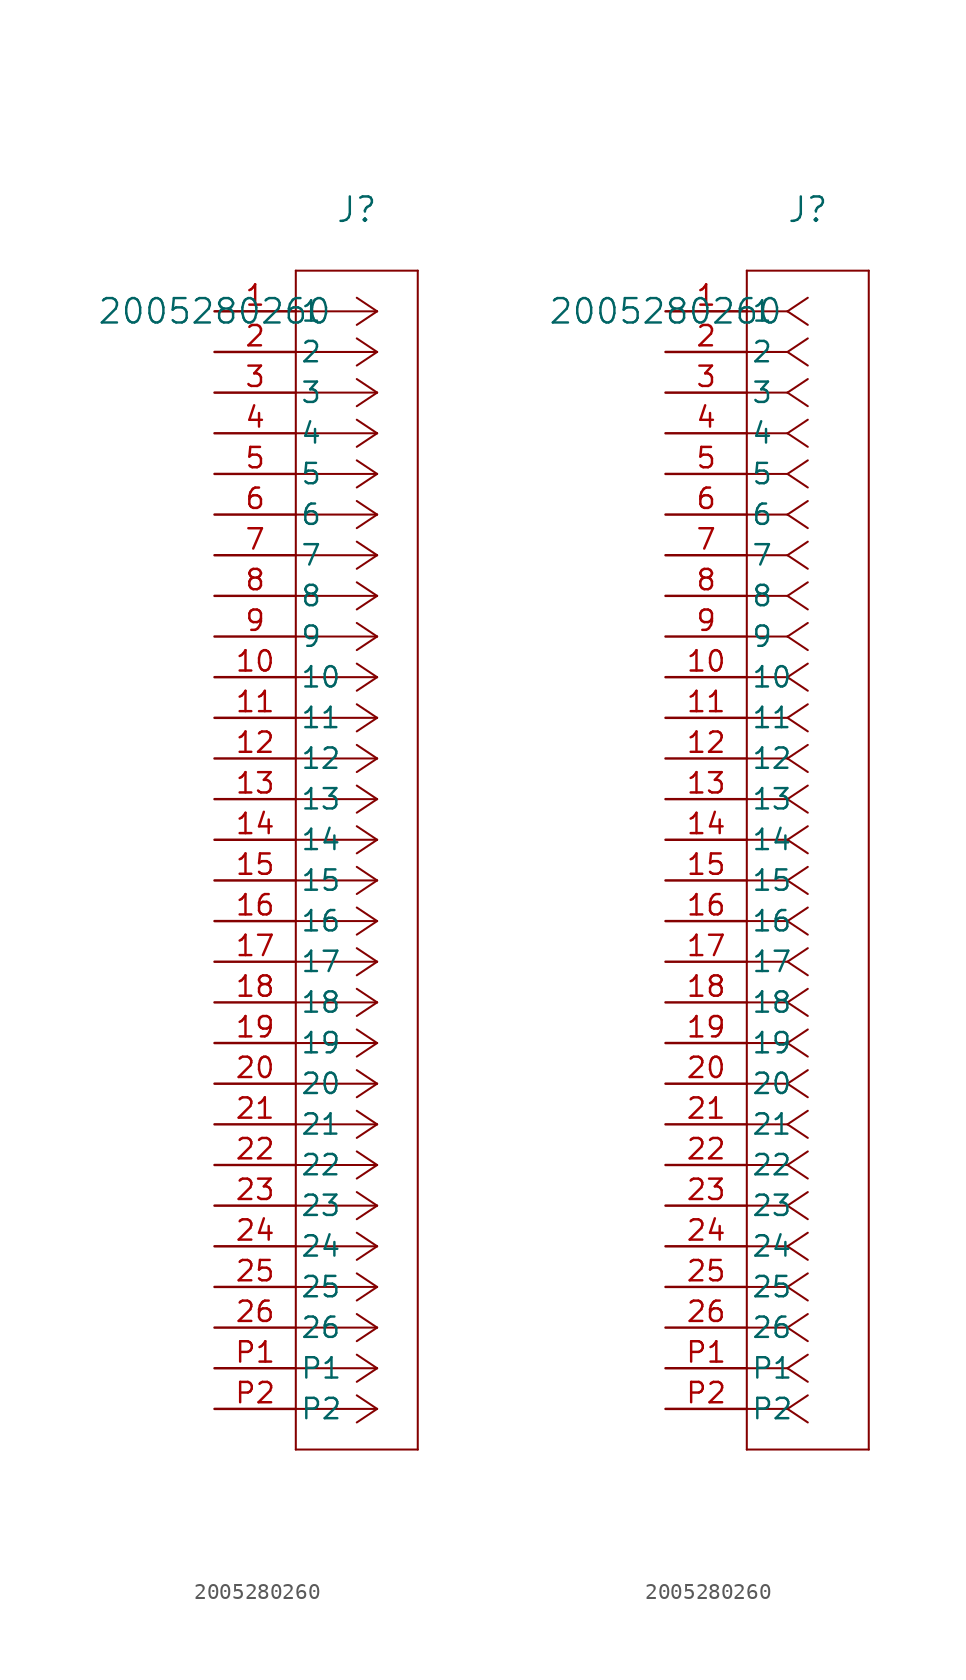
<source format=kicad_sym>
(kicad_symbol_lib
  (version 20231120)
  (generator "kicad_symbol_editor")
  (generator_version "8.0")
  (symbol "2005280260"
    (pin_names
      (offset 0.254))
    (property "Reference" "J"
      (at 8.89 6.35 0)
      (effects (font (size 1.524 1.524))))
    (property "Value" "2005280260"
      (at 0 0 0)
      (effects (font (size 1.524 1.524))))
    (property "ki_locked" ""
      (at 0 0 0)
      (effects (font (size 1.27 1.27))))
    (symbol "2005280260_1_1"
      (polyline (pts (xy 5.08 -71.12) (xy 12.7 -71.12)) (stroke (width 0.127) (type default)) (fill (type none)))
      (polyline (pts (xy 5.08 2.54) (xy 5.08 -71.12)) (stroke (width 0.127) (type default)) (fill (type none)))
      (polyline (pts (xy 10.16 -68.58) (xy 5.08 -68.58)) (stroke (width 0.127) (type default)) (fill (type none)))
      (polyline (pts (xy 10.16 -68.58) (xy 8.89 -69.427)) (stroke (width 0.127) (type default)) (fill (type none)))
      (polyline (pts (xy 10.16 -68.58) (xy 8.89 -67.733)) (stroke (width 0.127) (type default)) (fill (type none)))
      (polyline (pts (xy 10.16 -66.04) (xy 5.08 -66.04)) (stroke (width 0.127) (type default)) (fill (type none)))
      (polyline (pts (xy 10.16 -66.04) (xy 8.89 -66.887)) (stroke (width 0.127) (type default)) (fill (type none)))
      (polyline (pts (xy 10.16 -66.04) (xy 8.89 -65.193)) (stroke (width 0.127) (type default)) (fill (type none)))
      (polyline (pts (xy 10.16 -63.5) (xy 5.08 -63.5)) (stroke (width 0.127) (type default)) (fill (type none)))
      (polyline (pts (xy 10.16 -63.5) (xy 8.89 -64.347)) (stroke (width 0.127) (type default)) (fill (type none)))
      (polyline (pts (xy 10.16 -63.5) (xy 8.89 -62.653)) (stroke (width 0.127) (type default)) (fill (type none)))
      (polyline (pts (xy 10.16 -60.96) (xy 5.08 -60.96)) (stroke (width 0.127) (type default)) (fill (type none)))
      (polyline (pts (xy 10.16 -60.96) (xy 8.89 -61.807)) (stroke (width 0.127) (type default)) (fill (type none)))
      (polyline (pts (xy 10.16 -60.96) (xy 8.89 -60.113)) (stroke (width 0.127) (type default)) (fill (type none)))
      (polyline (pts (xy 10.16 -58.42) (xy 5.08 -58.42)) (stroke (width 0.127) (type default)) (fill (type none)))
      (polyline (pts (xy 10.16 -58.42) (xy 8.89 -59.267)) (stroke (width 0.127) (type default)) (fill (type none)))
      (polyline (pts (xy 10.16 -58.42) (xy 8.89 -57.573)) (stroke (width 0.127) (type default)) (fill (type none)))
      (polyline (pts (xy 10.16 -55.88) (xy 5.08 -55.88)) (stroke (width 0.127) (type default)) (fill (type none)))
      (polyline (pts (xy 10.16 -55.88) (xy 8.89 -56.727)) (stroke (width 0.127) (type default)) (fill (type none)))
      (polyline (pts (xy 10.16 -55.88) (xy 8.89 -55.033)) (stroke (width 0.127) (type default)) (fill (type none)))
      (polyline (pts (xy 10.16 -53.34) (xy 5.08 -53.34)) (stroke (width 0.127) (type default)) (fill (type none)))
      (polyline (pts (xy 10.16 -53.34) (xy 8.89 -54.187)) (stroke (width 0.127) (type default)) (fill (type none)))
      (polyline (pts (xy 10.16 -53.34) (xy 8.89 -52.493)) (stroke (width 0.127) (type default)) (fill (type none)))
      (polyline (pts (xy 10.16 -50.8) (xy 5.08 -50.8)) (stroke (width 0.127) (type default)) (fill (type none)))
      (polyline (pts (xy 10.16 -50.8) (xy 8.89 -51.647)) (stroke (width 0.127) (type default)) (fill (type none)))
      (polyline (pts (xy 10.16 -50.8) (xy 8.89 -49.953)) (stroke (width 0.127) (type default)) (fill (type none)))
      (polyline (pts (xy 10.16 -48.26) (xy 5.08 -48.26)) (stroke (width 0.127) (type default)) (fill (type none)))
      (polyline (pts (xy 10.16 -48.26) (xy 8.89 -49.107)) (stroke (width 0.127) (type default)) (fill (type none)))
      (polyline (pts (xy 10.16 -48.26) (xy 8.89 -47.413)) (stroke (width 0.127) (type default)) (fill (type none)))
      (polyline (pts (xy 10.16 -45.72) (xy 5.08 -45.72)) (stroke (width 0.127) (type default)) (fill (type none)))
      (polyline (pts (xy 10.16 -45.72) (xy 8.89 -46.567)) (stroke (width 0.127) (type default)) (fill (type none)))
      (polyline (pts (xy 10.16 -45.72) (xy 8.89 -44.873)) (stroke (width 0.127) (type default)) (fill (type none)))
      (polyline (pts (xy 10.16 -43.18) (xy 5.08 -43.18)) (stroke (width 0.127) (type default)) (fill (type none)))
      (polyline (pts (xy 10.16 -43.18) (xy 8.89 -44.027)) (stroke (width 0.127) (type default)) (fill (type none)))
      (polyline (pts (xy 10.16 -43.18) (xy 8.89 -42.333)) (stroke (width 0.127) (type default)) (fill (type none)))
      (polyline (pts (xy 10.16 -40.64) (xy 5.08 -40.64)) (stroke (width 0.127) (type default)) (fill (type none)))
      (polyline (pts (xy 10.16 -40.64) (xy 8.89 -41.487)) (stroke (width 0.127) (type default)) (fill (type none)))
      (polyline (pts (xy 10.16 -40.64) (xy 8.89 -39.793)) (stroke (width 0.127) (type default)) (fill (type none)))
      (polyline (pts (xy 10.16 -38.1) (xy 5.08 -38.1)) (stroke (width 0.127) (type default)) (fill (type none)))
      (polyline (pts (xy 10.16 -38.1) (xy 8.89 -38.947)) (stroke (width 0.127) (type default)) (fill (type none)))
      (polyline (pts (xy 10.16 -38.1) (xy 8.89 -37.253)) (stroke (width 0.127) (type default)) (fill (type none)))
      (polyline (pts (xy 10.16 -35.56) (xy 5.08 -35.56)) (stroke (width 0.127) (type default)) (fill (type none)))
      (polyline (pts (xy 10.16 -35.56) (xy 8.89 -36.407)) (stroke (width 0.127) (type default)) (fill (type none)))
      (polyline (pts (xy 10.16 -35.56) (xy 8.89 -34.713)) (stroke (width 0.127) (type default)) (fill (type none)))
      (polyline (pts (xy 10.16 -33.02) (xy 5.08 -33.02)) (stroke (width 0.127) (type default)) (fill (type none)))
      (polyline (pts (xy 10.16 -33.02) (xy 8.89 -33.867)) (stroke (width 0.127) (type default)) (fill (type none)))
      (polyline (pts (xy 10.16 -33.02) (xy 8.89 -32.173)) (stroke (width 0.127) (type default)) (fill (type none)))
      (polyline (pts (xy 10.16 -30.48) (xy 5.08 -30.48)) (stroke (width 0.127) (type default)) (fill (type none)))
      (polyline (pts (xy 10.16 -30.48) (xy 8.89 -31.327)) (stroke (width 0.127) (type default)) (fill (type none)))
      (polyline (pts (xy 10.16 -30.48) (xy 8.89 -29.633)) (stroke (width 0.127) (type default)) (fill (type none)))
      (polyline (pts (xy 10.16 -27.94) (xy 5.08 -27.94)) (stroke (width 0.127) (type default)) (fill (type none)))
      (polyline (pts (xy 10.16 -27.94) (xy 8.89 -28.787)) (stroke (width 0.127) (type default)) (fill (type none)))
      (polyline (pts (xy 10.16 -27.94) (xy 8.89 -27.093)) (stroke (width 0.127) (type default)) (fill (type none)))
      (polyline (pts (xy 10.16 -25.4) (xy 5.08 -25.4)) (stroke (width 0.127) (type default)) (fill (type none)))
      (polyline (pts (xy 10.16 -25.4) (xy 8.89 -26.247)) (stroke (width 0.127) (type default)) (fill (type none)))
      (polyline (pts (xy 10.16 -25.4) (xy 8.89 -24.553)) (stroke (width 0.127) (type default)) (fill (type none)))
      (polyline (pts (xy 10.16 -22.86) (xy 5.08 -22.86)) (stroke (width 0.127) (type default)) (fill (type none)))
      (polyline (pts (xy 10.16 -22.86) (xy 8.89 -23.707)) (stroke (width 0.127) (type default)) (fill (type none)))
      (polyline (pts (xy 10.16 -22.86) (xy 8.89 -22.013)) (stroke (width 0.127) (type default)) (fill (type none)))
      (polyline (pts (xy 10.16 -20.32) (xy 5.08 -20.32)) (stroke (width 0.127) (type default)) (fill (type none)))
      (polyline (pts (xy 10.16 -20.32) (xy 8.89 -21.167)) (stroke (width 0.127) (type default)) (fill (type none)))
      (polyline (pts (xy 10.16 -20.32) (xy 8.89 -19.473)) (stroke (width 0.127) (type default)) (fill (type none)))
      (polyline (pts (xy 10.16 -17.78) (xy 5.08 -17.78)) (stroke (width 0.127) (type default)) (fill (type none)))
      (polyline (pts (xy 10.16 -17.78) (xy 8.89 -18.627)) (stroke (width 0.127) (type default)) (fill (type none)))
      (polyline (pts (xy 10.16 -17.78) (xy 8.89 -16.933)) (stroke (width 0.127) (type default)) (fill (type none)))
      (polyline (pts (xy 10.16 -15.24) (xy 5.08 -15.24)) (stroke (width 0.127) (type default)) (fill (type none)))
      (polyline (pts (xy 10.16 -15.24) (xy 8.89 -16.087)) (stroke (width 0.127) (type default)) (fill (type none)))
      (polyline (pts (xy 10.16 -15.24) (xy 8.89 -14.393)) (stroke (width 0.127) (type default)) (fill (type none)))
      (polyline (pts (xy 10.16 -12.7) (xy 5.08 -12.7)) (stroke (width 0.127) (type default)) (fill (type none)))
      (polyline (pts (xy 10.16 -12.7) (xy 8.89 -13.547)) (stroke (width 0.127) (type default)) (fill (type none)))
      (polyline (pts (xy 10.16 -12.7) (xy 8.89 -11.853)) (stroke (width 0.127) (type default)) (fill (type none)))
      (polyline (pts (xy 10.16 -10.16) (xy 5.08 -10.16)) (stroke (width 0.127) (type default)) (fill (type none)))
      (polyline (pts (xy 10.16 -10.16) (xy 8.89 -11.007)) (stroke (width 0.127) (type default)) (fill (type none)))
      (polyline (pts (xy 10.16 -10.16) (xy 8.89 -9.313)) (stroke (width 0.127) (type default)) (fill (type none)))
      (polyline (pts (xy 10.16 -7.62) (xy 5.08 -7.62)) (stroke (width 0.127) (type default)) (fill (type none)))
      (polyline (pts (xy 10.16 -7.62) (xy 8.89 -8.467)) (stroke (width 0.127) (type default)) (fill (type none)))
      (polyline (pts (xy 10.16 -7.62) (xy 8.89 -6.773)) (stroke (width 0.127) (type default)) (fill (type none)))
      (polyline (pts (xy 10.16 -5.08) (xy 5.08 -5.08)) (stroke (width 0.127) (type default)) (fill (type none)))
      (polyline (pts (xy 10.16 -5.08) (xy 8.89 -5.927)) (stroke (width 0.127) (type default)) (fill (type none)))
      (polyline (pts (xy 10.16 -5.08) (xy 8.89 -4.233)) (stroke (width 0.127) (type default)) (fill (type none)))
      (polyline (pts (xy 10.16 -2.54) (xy 5.08 -2.54)) (stroke (width 0.127) (type default)) (fill (type none)))
      (polyline (pts (xy 10.16 -2.54) (xy 8.89 -3.387)) (stroke (width 0.127) (type default)) (fill (type none)))
      (polyline (pts (xy 10.16 -2.54) (xy 8.89 -1.693)) (stroke (width 0.127) (type default)) (fill (type none)))
      (polyline (pts (xy 10.16 0) (xy 5.08 0)) (stroke (width 0.127) (type default)) (fill (type none)))
      (polyline (pts (xy 10.16 0) (xy 8.89 -0.847)) (stroke (width 0.127) (type default)) (fill (type none)))
      (polyline (pts (xy 10.16 0) (xy 8.89 0.847)) (stroke (width 0.127) (type default)) (fill (type none)))
      (polyline (pts (xy 12.7 -71.12) (xy 12.7 2.54)) (stroke (width 0.127) (type default)) (fill (type none)))
      (polyline (pts (xy 12.7 2.54) (xy 5.08 2.54)) (stroke (width 0.127) (type default)) (fill (type none)))
      (pin unspecified line (at 0 0 0) (length 5.08) (name "1" (effects (font (size 1.27 1.27)))) (number "1" (effects (font (size 1.27 1.27)))))
      (pin unspecified line (at 0 -22.86 0) (length 5.08) (name "10" (effects (font (size 1.27 1.27)))) (number "10" (effects (font (size 1.27 1.27)))))
      (pin unspecified line (at 0 -25.4 0) (length 5.08) (name "11" (effects (font (size 1.27 1.27)))) (number "11" (effects (font (size 1.27 1.27)))))
      (pin unspecified line (at 0 -27.94 0) (length 5.08) (name "12" (effects (font (size 1.27 1.27)))) (number "12" (effects (font (size 1.27 1.27)))))
      (pin unspecified line (at 0 -30.48 0) (length 5.08) (name "13" (effects (font (size 1.27 1.27)))) (number "13" (effects (font (size 1.27 1.27)))))
      (pin unspecified line (at 0 -33.02 0) (length 5.08) (name "14" (effects (font (size 1.27 1.27)))) (number "14" (effects (font (size 1.27 1.27)))))
      (pin unspecified line (at 0 -35.56 0) (length 5.08) (name "15" (effects (font (size 1.27 1.27)))) (number "15" (effects (font (size 1.27 1.27)))))
      (pin unspecified line (at 0 -38.1 0) (length 5.08) (name "16" (effects (font (size 1.27 1.27)))) (number "16" (effects (font (size 1.27 1.27)))))
      (pin unspecified line (at 0 -40.64 0) (length 5.08) (name "17" (effects (font (size 1.27 1.27)))) (number "17" (effects (font (size 1.27 1.27)))))
      (pin unspecified line (at 0 -43.18 0) (length 5.08) (name "18" (effects (font (size 1.27 1.27)))) (number "18" (effects (font (size 1.27 1.27)))))
      (pin unspecified line (at 0 -45.72 0) (length 5.08) (name "19" (effects (font (size 1.27 1.27)))) (number "19" (effects (font (size 1.27 1.27)))))
      (pin unspecified line (at 0 -2.54 0) (length 5.08) (name "2" (effects (font (size 1.27 1.27)))) (number "2" (effects (font (size 1.27 1.27)))))
      (pin unspecified line (at 0 -48.26 0) (length 5.08) (name "20" (effects (font (size 1.27 1.27)))) (number "20" (effects (font (size 1.27 1.27)))))
      (pin unspecified line (at 0 -50.8 0) (length 5.08) (name "21" (effects (font (size 1.27 1.27)))) (number "21" (effects (font (size 1.27 1.27)))))
      (pin unspecified line (at 0 -53.34 0) (length 5.08) (name "22" (effects (font (size 1.27 1.27)))) (number "22" (effects (font (size 1.27 1.27)))))
      (pin unspecified line (at 0 -55.88 0) (length 5.08) (name "23" (effects (font (size 1.27 1.27)))) (number "23" (effects (font (size 1.27 1.27)))))
      (pin unspecified line (at 0 -58.42 0) (length 5.08) (name "24" (effects (font (size 1.27 1.27)))) (number "24" (effects (font (size 1.27 1.27)))))
      (pin unspecified line (at 0 -60.96 0) (length 5.08) (name "25" (effects (font (size 1.27 1.27)))) (number "25" (effects (font (size 1.27 1.27)))))
      (pin unspecified line (at 0 -63.5 0) (length 5.08) (name "26" (effects (font (size 1.27 1.27)))) (number "26" (effects (font (size 1.27 1.27)))))
      (pin unspecified line (at 0 -5.08 0) (length 5.08) (name "3" (effects (font (size 1.27 1.27)))) (number "3" (effects (font (size 1.27 1.27)))))
      (pin unspecified line (at 0 -7.62 0) (length 5.08) (name "4" (effects (font (size 1.27 1.27)))) (number "4" (effects (font (size 1.27 1.27)))))
      (pin unspecified line (at 0 -10.16 0) (length 5.08) (name "5" (effects (font (size 1.27 1.27)))) (number "5" (effects (font (size 1.27 1.27)))))
      (pin unspecified line (at 0 -12.7 0) (length 5.08) (name "6" (effects (font (size 1.27 1.27)))) (number "6" (effects (font (size 1.27 1.27)))))
      (pin unspecified line (at 0 -15.24 0) (length 5.08) (name "7" (effects (font (size 1.27 1.27)))) (number "7" (effects (font (size 1.27 1.27)))))
      (pin unspecified line (at 0 -17.78 0) (length 5.08) (name "8" (effects (font (size 1.27 1.27)))) (number "8" (effects (font (size 1.27 1.27)))))
      (pin unspecified line (at 0 -20.32 0) (length 5.08) (name "9" (effects (font (size 1.27 1.27)))) (number "9" (effects (font (size 1.27 1.27)))))
      (pin unspecified line (at 0 -66.04 0) (length 5.08) (name "P1" (effects (font (size 1.27 1.27)))) (number "P1" (effects (font (size 1.27 1.27)))))
      (pin unspecified line (at 0 -68.58 0) (length 5.08) (name "P2" (effects (font (size 1.27 1.27)))) (number "P2" (effects (font (size 1.27 1.27))))))
    (symbol "2005280260_1_2"
      (polyline (pts (xy 5.08 -71.12) (xy 12.7 -71.12)) (stroke (width 0.127) (type default)) (fill (type none)))
      (polyline (pts (xy 5.08 2.54) (xy 5.08 -71.12)) (stroke (width 0.127) (type default)) (fill (type none)))
      (polyline (pts (xy 7.62 -68.58) (xy 5.08 -68.58)) (stroke (width 0.127) (type default)) (fill (type none)))
      (polyline (pts (xy 7.62 -68.58) (xy 8.89 -69.427)) (stroke (width 0.127) (type default)) (fill (type none)))
      (polyline (pts (xy 7.62 -68.58) (xy 8.89 -67.733)) (stroke (width 0.127) (type default)) (fill (type none)))
      (polyline (pts (xy 7.62 -66.04) (xy 5.08 -66.04)) (stroke (width 0.127) (type default)) (fill (type none)))
      (polyline (pts (xy 7.62 -66.04) (xy 8.89 -66.887)) (stroke (width 0.127) (type default)) (fill (type none)))
      (polyline (pts (xy 7.62 -66.04) (xy 8.89 -65.193)) (stroke (width 0.127) (type default)) (fill (type none)))
      (polyline (pts (xy 7.62 -63.5) (xy 5.08 -63.5)) (stroke (width 0.127) (type default)) (fill (type none)))
      (polyline (pts (xy 7.62 -63.5) (xy 8.89 -64.347)) (stroke (width 0.127) (type default)) (fill (type none)))
      (polyline (pts (xy 7.62 -63.5) (xy 8.89 -62.653)) (stroke (width 0.127) (type default)) (fill (type none)))
      (polyline (pts (xy 7.62 -60.96) (xy 5.08 -60.96)) (stroke (width 0.127) (type default)) (fill (type none)))
      (polyline (pts (xy 7.62 -60.96) (xy 8.89 -61.807)) (stroke (width 0.127) (type default)) (fill (type none)))
      (polyline (pts (xy 7.62 -60.96) (xy 8.89 -60.113)) (stroke (width 0.127) (type default)) (fill (type none)))
      (polyline (pts (xy 7.62 -58.42) (xy 5.08 -58.42)) (stroke (width 0.127) (type default)) (fill (type none)))
      (polyline (pts (xy 7.62 -58.42) (xy 8.89 -59.267)) (stroke (width 0.127) (type default)) (fill (type none)))
      (polyline (pts (xy 7.62 -58.42) (xy 8.89 -57.573)) (stroke (width 0.127) (type default)) (fill (type none)))
      (polyline (pts (xy 7.62 -55.88) (xy 5.08 -55.88)) (stroke (width 0.127) (type default)) (fill (type none)))
      (polyline (pts (xy 7.62 -55.88) (xy 8.89 -56.727)) (stroke (width 0.127) (type default)) (fill (type none)))
      (polyline (pts (xy 7.62 -55.88) (xy 8.89 -55.033)) (stroke (width 0.127) (type default)) (fill (type none)))
      (polyline (pts (xy 7.62 -53.34) (xy 5.08 -53.34)) (stroke (width 0.127) (type default)) (fill (type none)))
      (polyline (pts (xy 7.62 -53.34) (xy 8.89 -54.187)) (stroke (width 0.127) (type default)) (fill (type none)))
      (polyline (pts (xy 7.62 -53.34) (xy 8.89 -52.493)) (stroke (width 0.127) (type default)) (fill (type none)))
      (polyline (pts (xy 7.62 -50.8) (xy 5.08 -50.8)) (stroke (width 0.127) (type default)) (fill (type none)))
      (polyline (pts (xy 7.62 -50.8) (xy 8.89 -51.647)) (stroke (width 0.127) (type default)) (fill (type none)))
      (polyline (pts (xy 7.62 -50.8) (xy 8.89 -49.953)) (stroke (width 0.127) (type default)) (fill (type none)))
      (polyline (pts (xy 7.62 -48.26) (xy 5.08 -48.26)) (stroke (width 0.127) (type default)) (fill (type none)))
      (polyline (pts (xy 7.62 -48.26) (xy 8.89 -49.107)) (stroke (width 0.127) (type default)) (fill (type none)))
      (polyline (pts (xy 7.62 -48.26) (xy 8.89 -47.413)) (stroke (width 0.127) (type default)) (fill (type none)))
      (polyline (pts (xy 7.62 -45.72) (xy 5.08 -45.72)) (stroke (width 0.127) (type default)) (fill (type none)))
      (polyline (pts (xy 7.62 -45.72) (xy 8.89 -46.567)) (stroke (width 0.127) (type default)) (fill (type none)))
      (polyline (pts (xy 7.62 -45.72) (xy 8.89 -44.873)) (stroke (width 0.127) (type default)) (fill (type none)))
      (polyline (pts (xy 7.62 -43.18) (xy 5.08 -43.18)) (stroke (width 0.127) (type default)) (fill (type none)))
      (polyline (pts (xy 7.62 -43.18) (xy 8.89 -44.027)) (stroke (width 0.127) (type default)) (fill (type none)))
      (polyline (pts (xy 7.62 -43.18) (xy 8.89 -42.333)) (stroke (width 0.127) (type default)) (fill (type none)))
      (polyline (pts (xy 7.62 -40.64) (xy 5.08 -40.64)) (stroke (width 0.127) (type default)) (fill (type none)))
      (polyline (pts (xy 7.62 -40.64) (xy 8.89 -41.487)) (stroke (width 0.127) (type default)) (fill (type none)))
      (polyline (pts (xy 7.62 -40.64) (xy 8.89 -39.793)) (stroke (width 0.127) (type default)) (fill (type none)))
      (polyline (pts (xy 7.62 -38.1) (xy 5.08 -38.1)) (stroke (width 0.127) (type default)) (fill (type none)))
      (polyline (pts (xy 7.62 -38.1) (xy 8.89 -38.947)) (stroke (width 0.127) (type default)) (fill (type none)))
      (polyline (pts (xy 7.62 -38.1) (xy 8.89 -37.253)) (stroke (width 0.127) (type default)) (fill (type none)))
      (polyline (pts (xy 7.62 -35.56) (xy 5.08 -35.56)) (stroke (width 0.127) (type default)) (fill (type none)))
      (polyline (pts (xy 7.62 -35.56) (xy 8.89 -36.407)) (stroke (width 0.127) (type default)) (fill (type none)))
      (polyline (pts (xy 7.62 -35.56) (xy 8.89 -34.713)) (stroke (width 0.127) (type default)) (fill (type none)))
      (polyline (pts (xy 7.62 -33.02) (xy 5.08 -33.02)) (stroke (width 0.127) (type default)) (fill (type none)))
      (polyline (pts (xy 7.62 -33.02) (xy 8.89 -33.867)) (stroke (width 0.127) (type default)) (fill (type none)))
      (polyline (pts (xy 7.62 -33.02) (xy 8.89 -32.173)) (stroke (width 0.127) (type default)) (fill (type none)))
      (polyline (pts (xy 7.62 -30.48) (xy 5.08 -30.48)) (stroke (width 0.127) (type default)) (fill (type none)))
      (polyline (pts (xy 7.62 -30.48) (xy 8.89 -31.327)) (stroke (width 0.127) (type default)) (fill (type none)))
      (polyline (pts (xy 7.62 -30.48) (xy 8.89 -29.633)) (stroke (width 0.127) (type default)) (fill (type none)))
      (polyline (pts (xy 7.62 -27.94) (xy 5.08 -27.94)) (stroke (width 0.127) (type default)) (fill (type none)))
      (polyline (pts (xy 7.62 -27.94) (xy 8.89 -28.787)) (stroke (width 0.127) (type default)) (fill (type none)))
      (polyline (pts (xy 7.62 -27.94) (xy 8.89 -27.093)) (stroke (width 0.127) (type default)) (fill (type none)))
      (polyline (pts (xy 7.62 -25.4) (xy 5.08 -25.4)) (stroke (width 0.127) (type default)) (fill (type none)))
      (polyline (pts (xy 7.62 -25.4) (xy 8.89 -26.247)) (stroke (width 0.127) (type default)) (fill (type none)))
      (polyline (pts (xy 7.62 -25.4) (xy 8.89 -24.553)) (stroke (width 0.127) (type default)) (fill (type none)))
      (polyline (pts (xy 7.62 -22.86) (xy 5.08 -22.86)) (stroke (width 0.127) (type default)) (fill (type none)))
      (polyline (pts (xy 7.62 -22.86) (xy 8.89 -23.707)) (stroke (width 0.127) (type default)) (fill (type none)))
      (polyline (pts (xy 7.62 -22.86) (xy 8.89 -22.013)) (stroke (width 0.127) (type default)) (fill (type none)))
      (polyline (pts (xy 7.62 -20.32) (xy 5.08 -20.32)) (stroke (width 0.127) (type default)) (fill (type none)))
      (polyline (pts (xy 7.62 -20.32) (xy 8.89 -21.167)) (stroke (width 0.127) (type default)) (fill (type none)))
      (polyline (pts (xy 7.62 -20.32) (xy 8.89 -19.473)) (stroke (width 0.127) (type default)) (fill (type none)))
      (polyline (pts (xy 7.62 -17.78) (xy 5.08 -17.78)) (stroke (width 0.127) (type default)) (fill (type none)))
      (polyline (pts (xy 7.62 -17.78) (xy 8.89 -18.627)) (stroke (width 0.127) (type default)) (fill (type none)))
      (polyline (pts (xy 7.62 -17.78) (xy 8.89 -16.933)) (stroke (width 0.127) (type default)) (fill (type none)))
      (polyline (pts (xy 7.62 -15.24) (xy 5.08 -15.24)) (stroke (width 0.127) (type default)) (fill (type none)))
      (polyline (pts (xy 7.62 -15.24) (xy 8.89 -16.087)) (stroke (width 0.127) (type default)) (fill (type none)))
      (polyline (pts (xy 7.62 -15.24) (xy 8.89 -14.393)) (stroke (width 0.127) (type default)) (fill (type none)))
      (polyline (pts (xy 7.62 -12.7) (xy 5.08 -12.7)) (stroke (width 0.127) (type default)) (fill (type none)))
      (polyline (pts (xy 7.62 -12.7) (xy 8.89 -13.547)) (stroke (width 0.127) (type default)) (fill (type none)))
      (polyline (pts (xy 7.62 -12.7) (xy 8.89 -11.853)) (stroke (width 0.127) (type default)) (fill (type none)))
      (polyline (pts (xy 7.62 -10.16) (xy 5.08 -10.16)) (stroke (width 0.127) (type default)) (fill (type none)))
      (polyline (pts (xy 7.62 -10.16) (xy 8.89 -11.007)) (stroke (width 0.127) (type default)) (fill (type none)))
      (polyline (pts (xy 7.62 -10.16) (xy 8.89 -9.313)) (stroke (width 0.127) (type default)) (fill (type none)))
      (polyline (pts (xy 7.62 -7.62) (xy 5.08 -7.62)) (stroke (width 0.127) (type default)) (fill (type none)))
      (polyline (pts (xy 7.62 -7.62) (xy 8.89 -8.467)) (stroke (width 0.127) (type default)) (fill (type none)))
      (polyline (pts (xy 7.62 -7.62) (xy 8.89 -6.773)) (stroke (width 0.127) (type default)) (fill (type none)))
      (polyline (pts (xy 7.62 -5.08) (xy 5.08 -5.08)) (stroke (width 0.127) (type default)) (fill (type none)))
      (polyline (pts (xy 7.62 -5.08) (xy 8.89 -5.927)) (stroke (width 0.127) (type default)) (fill (type none)))
      (polyline (pts (xy 7.62 -5.08) (xy 8.89 -4.233)) (stroke (width 0.127) (type default)) (fill (type none)))
      (polyline (pts (xy 7.62 -2.54) (xy 5.08 -2.54)) (stroke (width 0.127) (type default)) (fill (type none)))
      (polyline (pts (xy 7.62 -2.54) (xy 8.89 -3.387)) (stroke (width 0.127) (type default)) (fill (type none)))
      (polyline (pts (xy 7.62 -2.54) (xy 8.89 -1.693)) (stroke (width 0.127) (type default)) (fill (type none)))
      (polyline (pts (xy 7.62 0) (xy 5.08 0)) (stroke (width 0.127) (type default)) (fill (type none)))
      (polyline (pts (xy 7.62 0) (xy 8.89 -0.847)) (stroke (width 0.127) (type default)) (fill (type none)))
      (polyline (pts (xy 7.62 0) (xy 8.89 0.847)) (stroke (width 0.127) (type default)) (fill (type none)))
      (polyline (pts (xy 12.7 -71.12) (xy 12.7 2.54)) (stroke (width 0.127) (type default)) (fill (type none)))
      (polyline (pts (xy 12.7 2.54) (xy 5.08 2.54)) (stroke (width 0.127) (type default)) (fill (type none)))
      (pin unspecified line (at 0 0 0) (length 5.08) (name "1" (effects (font (size 1.27 1.27)))) (number "1" (effects (font (size 1.27 1.27)))))
      (pin unspecified line (at 0 -22.86 0) (length 5.08) (name "10" (effects (font (size 1.27 1.27)))) (number "10" (effects (font (size 1.27 1.27)))))
      (pin unspecified line (at 0 -25.4 0) (length 5.08) (name "11" (effects (font (size 1.27 1.27)))) (number "11" (effects (font (size 1.27 1.27)))))
      (pin unspecified line (at 0 -27.94 0) (length 5.08) (name "12" (effects (font (size 1.27 1.27)))) (number "12" (effects (font (size 1.27 1.27)))))
      (pin unspecified line (at 0 -30.48 0) (length 5.08) (name "13" (effects (font (size 1.27 1.27)))) (number "13" (effects (font (size 1.27 1.27)))))
      (pin unspecified line (at 0 -33.02 0) (length 5.08) (name "14" (effects (font (size 1.27 1.27)))) (number "14" (effects (font (size 1.27 1.27)))))
      (pin unspecified line (at 0 -35.56 0) (length 5.08) (name "15" (effects (font (size 1.27 1.27)))) (number "15" (effects (font (size 1.27 1.27)))))
      (pin unspecified line (at 0 -38.1 0) (length 5.08) (name "16" (effects (font (size 1.27 1.27)))) (number "16" (effects (font (size 1.27 1.27)))))
      (pin unspecified line (at 0 -40.64 0) (length 5.08) (name "17" (effects (font (size 1.27 1.27)))) (number "17" (effects (font (size 1.27 1.27)))))
      (pin unspecified line (at 0 -43.18 0) (length 5.08) (name "18" (effects (font (size 1.27 1.27)))) (number "18" (effects (font (size 1.27 1.27)))))
      (pin unspecified line (at 0 -45.72 0) (length 5.08) (name "19" (effects (font (size 1.27 1.27)))) (number "19" (effects (font (size 1.27 1.27)))))
      (pin unspecified line (at 0 -2.54 0) (length 5.08) (name "2" (effects (font (size 1.27 1.27)))) (number "2" (effects (font (size 1.27 1.27)))))
      (pin unspecified line (at 0 -48.26 0) (length 5.08) (name "20" (effects (font (size 1.27 1.27)))) (number "20" (effects (font (size 1.27 1.27)))))
      (pin unspecified line (at 0 -50.8 0) (length 5.08) (name "21" (effects (font (size 1.27 1.27)))) (number "21" (effects (font (size 1.27 1.27)))))
      (pin unspecified line (at 0 -53.34 0) (length 5.08) (name "22" (effects (font (size 1.27 1.27)))) (number "22" (effects (font (size 1.27 1.27)))))
      (pin unspecified line (at 0 -55.88 0) (length 5.08) (name "23" (effects (font (size 1.27 1.27)))) (number "23" (effects (font (size 1.27 1.27)))))
      (pin unspecified line (at 0 -58.42 0) (length 5.08) (name "24" (effects (font (size 1.27 1.27)))) (number "24" (effects (font (size 1.27 1.27)))))
      (pin unspecified line (at 0 -60.96 0) (length 5.08) (name "25" (effects (font (size 1.27 1.27)))) (number "25" (effects (font (size 1.27 1.27)))))
      (pin unspecified line (at 0 -63.5 0) (length 5.08) (name "26" (effects (font (size 1.27 1.27)))) (number "26" (effects (font (size 1.27 1.27)))))
      (pin unspecified line (at 0 -5.08 0) (length 5.08) (name "3" (effects (font (size 1.27 1.27)))) (number "3" (effects (font (size 1.27 1.27)))))
      (pin unspecified line (at 0 -7.62 0) (length 5.08) (name "4" (effects (font (size 1.27 1.27)))) (number "4" (effects (font (size 1.27 1.27)))))
      (pin unspecified line (at 0 -10.16 0) (length 5.08) (name "5" (effects (font (size 1.27 1.27)))) (number "5" (effects (font (size 1.27 1.27)))))
      (pin unspecified line (at 0 -12.7 0) (length 5.08) (name "6" (effects (font (size 1.27 1.27)))) (number "6" (effects (font (size 1.27 1.27)))))
      (pin unspecified line (at 0 -15.24 0) (length 5.08) (name "7" (effects (font (size 1.27 1.27)))) (number "7" (effects (font (size 1.27 1.27)))))
      (pin unspecified line (at 0 -17.78 0) (length 5.08) (name "8" (effects (font (size 1.27 1.27)))) (number "8" (effects (font (size 1.27 1.27)))))
      (pin unspecified line (at 0 -20.32 0) (length 5.08) (name "9" (effects (font (size 1.27 1.27)))) (number "9" (effects (font (size 1.27 1.27)))))
      (pin unspecified line (at 0 -66.04 0) (length 5.08) (name "P1" (effects (font (size 1.27 1.27)))) (number "P1" (effects (font (size 1.27 1.27)))))
      (pin unspecified line (at 0 -68.58 0) (length 5.08) (name "P2" (effects (font (size 1.27 1.27)))) (number "P2" (effects (font (size 1.27 1.27))))))))
</source>
